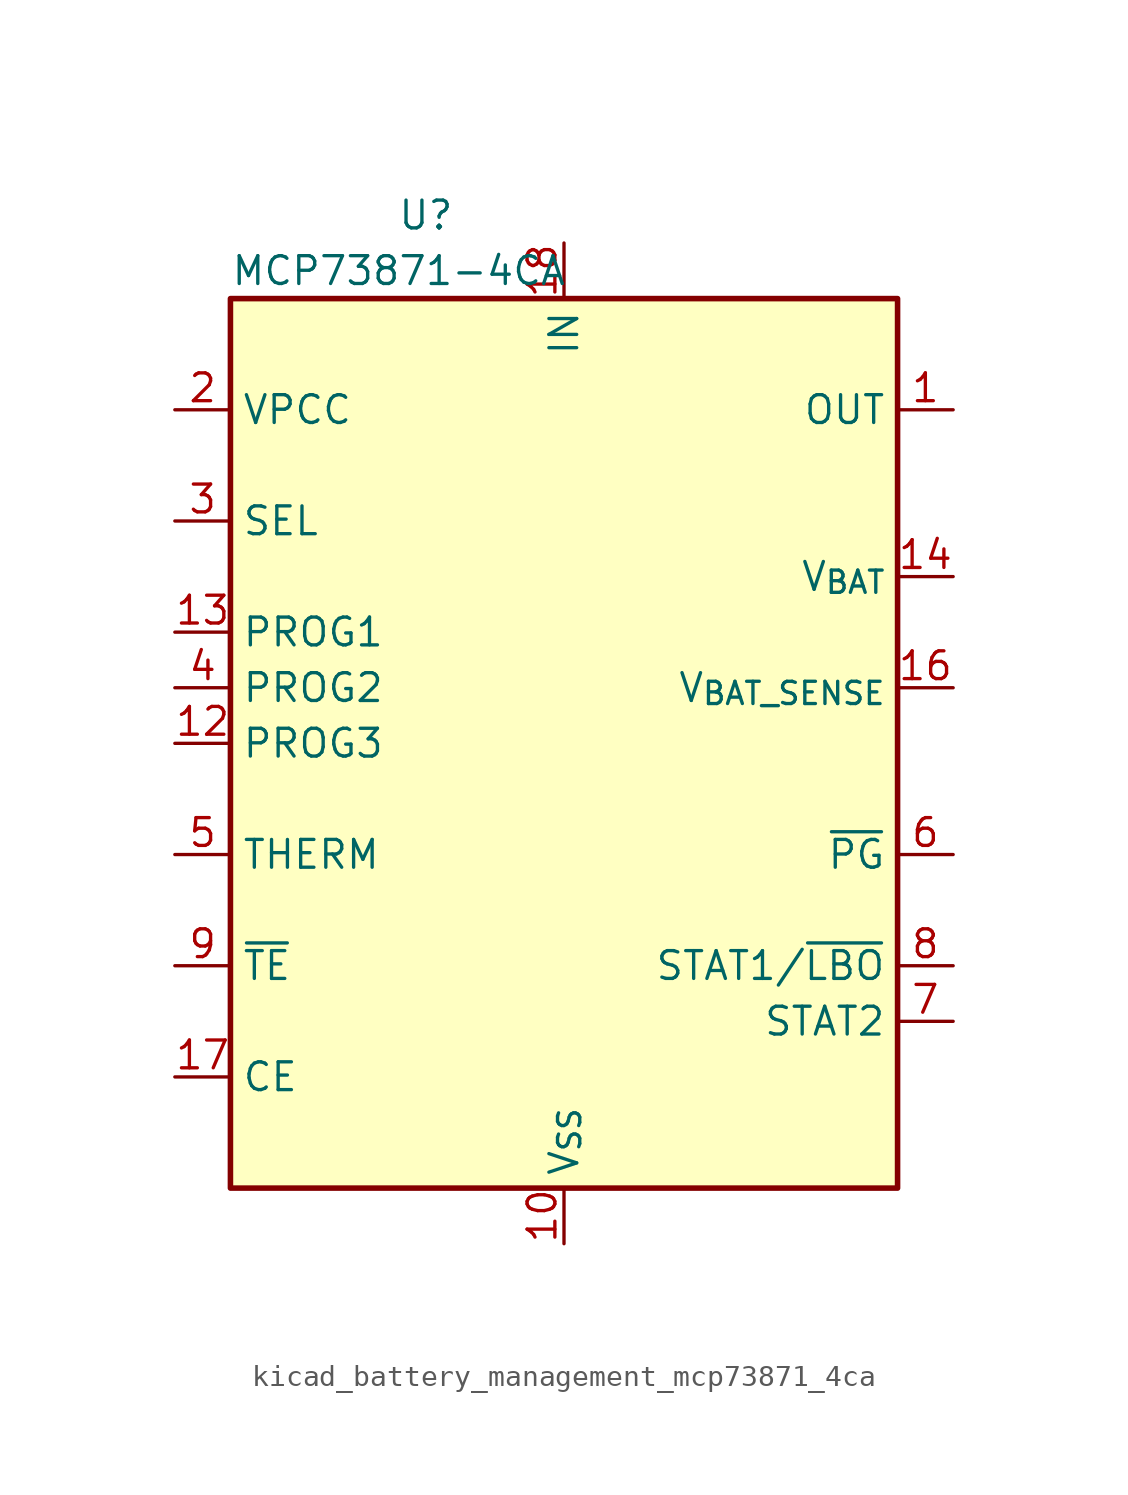
<source format=kicad_sym>
(kicad_symbol_lib
  (version 20220914)
  (generator kicad_symbol_editor)
  (symbol "kicad_battery_management_mcp73871_4ca"
    (property "Reference" "U"
      (at -7.62 24.13 0)
      (effects (font (size 1.27 1.27)) (justify left)))
    (property "Value" "MCP73871-4CA"
      (at -15.24 21.59 0)
      (effects (font (size 1.27 1.27)) (justify left)))
    (symbol "kicad_battery_management_mcp73871_4ca_0_1"
      (rectangle (start -15.24 20.32) (end 15.24 -20.32) (stroke (width 0.254) (type default)) (fill (type background))))
    (symbol "kicad_battery_management_mcp73871_4ca_1_1"
      (pin power_out line (at 17.78 15.24 180) (length 2.54) (name "OUT" (effects (font (size 1.27 1.27)))) (number "1" (effects (font (size 1.27 1.27)))))
      (pin power_in line (at 0 -22.86 90) (length 2.54) (name "V_{SS}" (effects (font (size 1.27 1.27)))) (number "10" (effects (font (size 1.27 1.27)))))
      (pin passive line (at 0 -22.86 90) (length 2.54) hide (name "V_{SS}" (effects (font (size 1.27 1.27)))) (number "11" (effects (font (size 1.27 1.27)))))
      (pin bidirectional line (at -17.78 0 0) (length 2.54) (name "PROG3" (effects (font (size 1.27 1.27)))) (number "12" (effects (font (size 1.27 1.27)))))
      (pin bidirectional line (at -17.78 5.08 0) (length 2.54) (name "PROG1" (effects (font (size 1.27 1.27)))) (number "13" (effects (font (size 1.27 1.27)))))
      (pin power_out line (at 17.78 7.62 180) (length 2.54) (name "V_{BAT}" (effects (font (size 1.27 1.27)))) (number "14" (effects (font (size 1.27 1.27)))))
      (pin passive line (at 17.78 7.62 180) (length 2.54) hide (name "V_{BAT}" (effects (font (size 1.27 1.27)))) (number "15" (effects (font (size 1.27 1.27)))))
      (pin input line (at 17.78 2.54 180) (length 2.54) (name "V_{BAT_SENSE}" (effects (font (size 1.27 1.27)))) (number "16" (effects (font (size 1.27 1.27)))))
      (pin input line (at -17.78 -15.24 0) (length 2.54) (name "CE" (effects (font (size 1.27 1.27)))) (number "17" (effects (font (size 1.27 1.27)))))
      (pin power_in line (at 0 22.86 270) (length 2.54) (name "IN" (effects (font (size 1.27 1.27)))) (number "18" (effects (font (size 1.27 1.27)))))
      (pin passive line (at 0 22.86 270) (length 2.54) hide (name "IN" (effects (font (size 1.27 1.27)))) (number "19" (effects (font (size 1.27 1.27)))))
      (pin input line (at -17.78 15.24 0) (length 2.54) (name "VPCC" (effects (font (size 1.27 1.27)))) (number "2" (effects (font (size 1.27 1.27)))))
      (pin passive line (at 17.78 15.24 180) (length 2.54) hide (name "OUT" (effects (font (size 1.27 1.27)))) (number "20" (effects (font (size 1.27 1.27)))))
      (pin passive line (at 0 -22.86 90) (length 2.54) hide (name "V_{SS}" (effects (font (size 1.27 1.27)))) (number "21" (effects (font (size 1.27 1.27)))))
      (pin input line (at -17.78 10.16 0) (length 2.54) (name "SEL" (effects (font (size 1.27 1.27)))) (number "3" (effects (font (size 1.27 1.27)))))
      (pin input line (at -17.78 2.54 0) (length 2.54) (name "PROG2" (effects (font (size 1.27 1.27)))) (number "4" (effects (font (size 1.27 1.27)))))
      (pin bidirectional line (at -17.78 -5.08 0) (length 2.54) (name "THERM" (effects (font (size 1.27 1.27)))) (number "5" (effects (font (size 1.27 1.27)))))
      (pin open_collector line (at 17.78 -5.08 180) (length 2.54) (name "~{PG}" (effects (font (size 1.27 1.27)))) (number "6" (effects (font (size 1.27 1.27)))))
      (pin open_collector line (at 17.78 -12.7 180) (length 2.54) (name "STAT2" (effects (font (size 1.27 1.27)))) (number "7" (effects (font (size 1.27 1.27)))))
      (pin open_collector line (at 17.78 -10.16 180) (length 2.54) (name "STAT1/~{LBO}" (effects (font (size 1.27 1.27)))) (number "8" (effects (font (size 1.27 1.27)))))
      (pin input line (at -17.78 -10.16 0) (length 2.54) (name "~{TE}" (effects (font (size 1.27 1.27)))) (number "9" (effects (font (size 1.27 1.27))))))))
</source>
